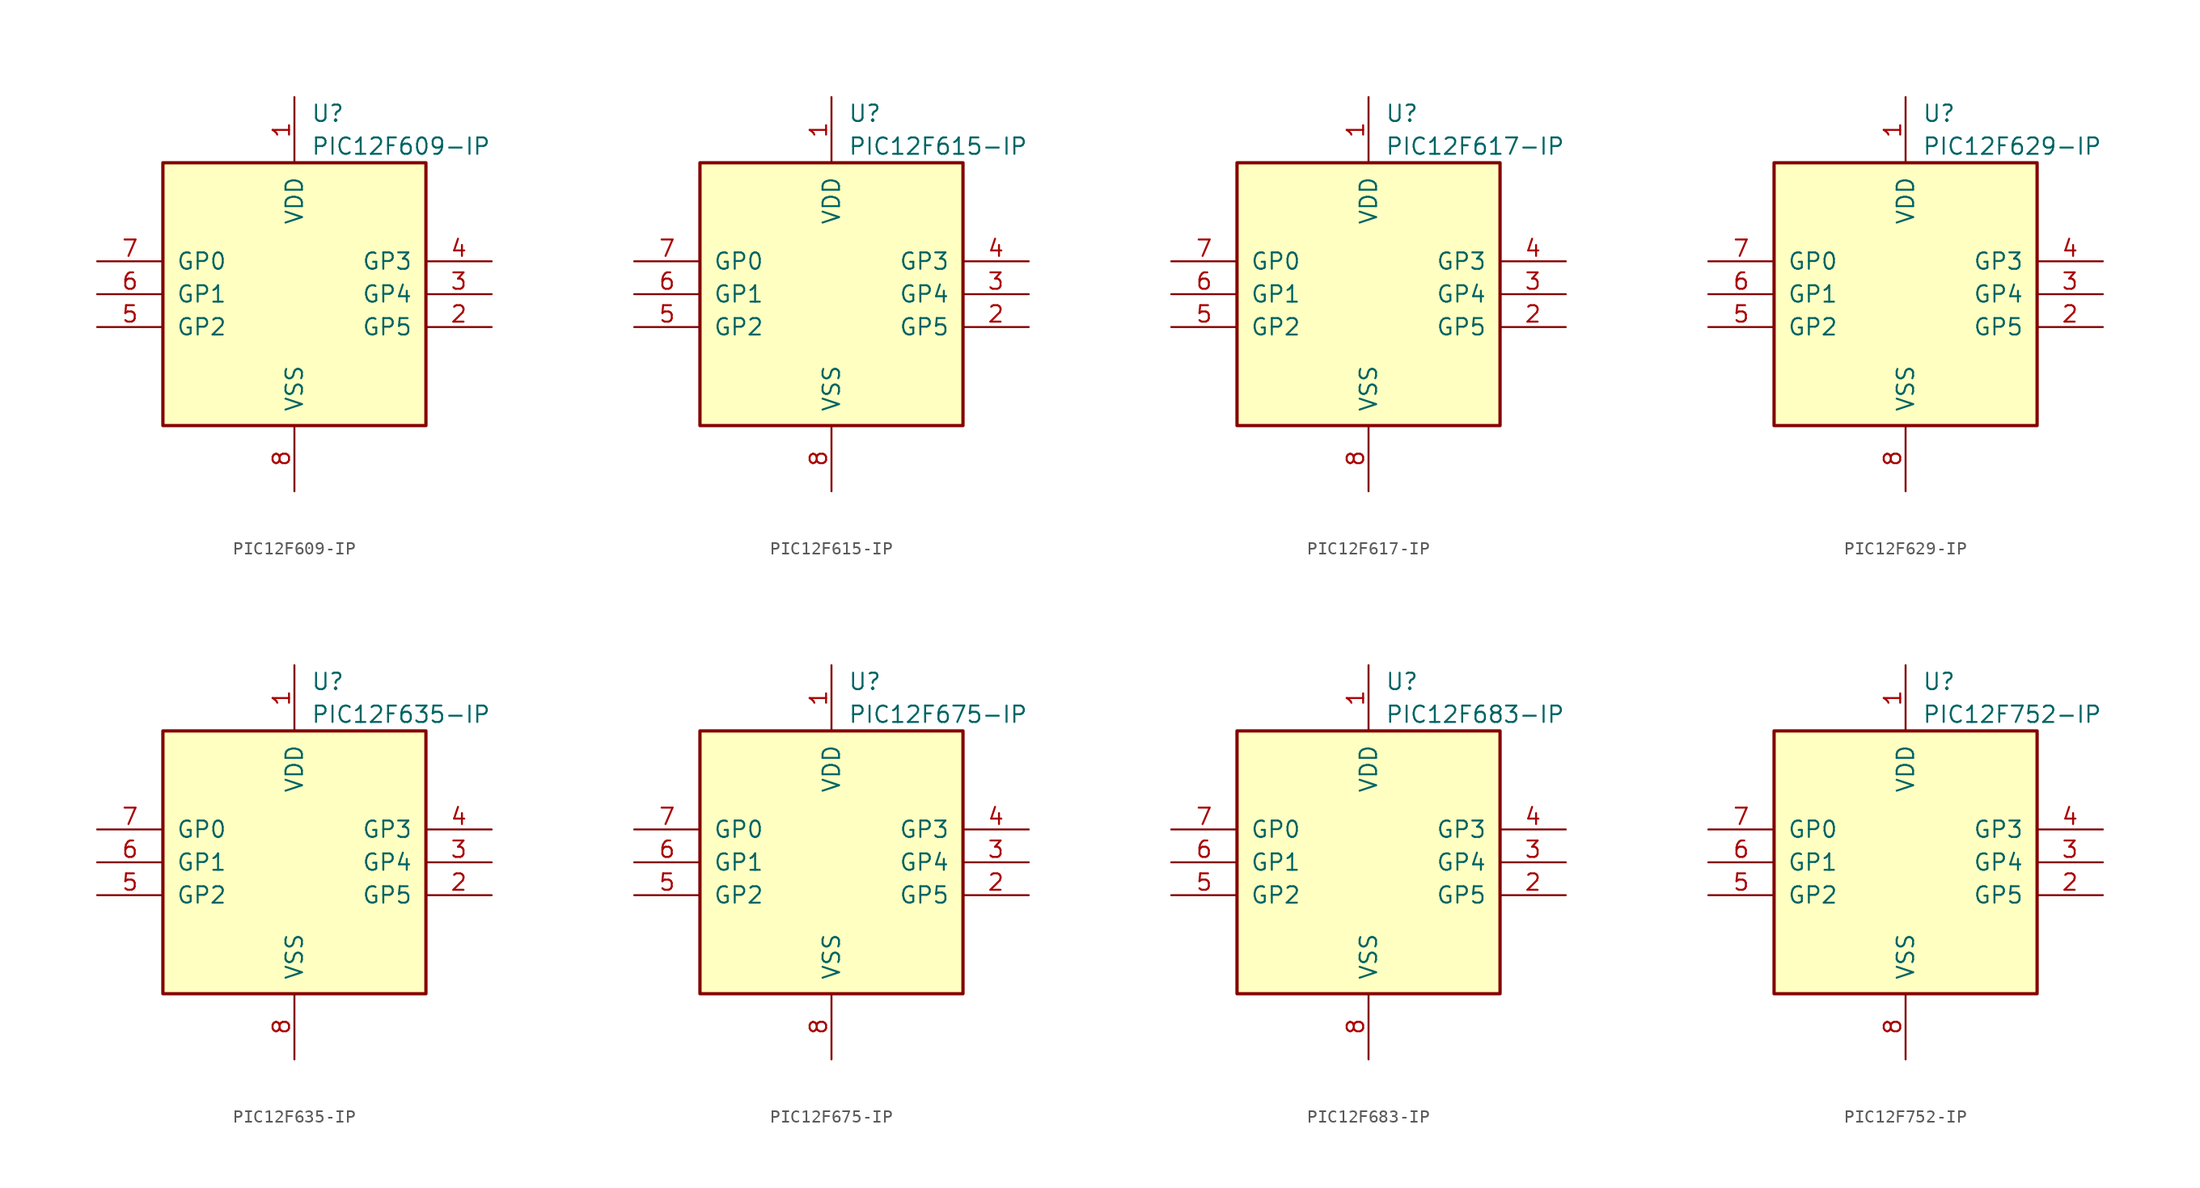
<source format=kicad_sym>
(kicad_symbol_lib
  (version 20220914)
  (generator kicad_symbol_editor)
  (symbol "PIC12F609-IP"
    (pin_names
      (offset 1.016))
    (property "Reference" "U"
      (at 1.27 13.97 0)
      (effects (font (size 1.27 1.27)) (justify left)))
    (property "Value" "PIC12F609-IP"
      (at 1.27 11.43 0)
      (effects (font (size 1.27 1.27)) (justify left)))
    (symbol "PIC12F609-IP_0_1"
      (rectangle (start 10.16 -10.16) (end -10.16 10.16) (stroke (width 0.254) (type default)) (fill (type background))))
    (symbol "PIC12F609-IP_1_1"
      (pin power_in line (at 0 15.24 270) (length 5.08) (name "VDD" (effects (font (size 1.27 1.27)))) (number "1" (effects (font (size 1.27 1.27)))))
      (pin bidirectional line (at 15.24 -2.54 180) (length 5.08) (name "GP5" (effects (font (size 1.27 1.27)))) (number "2" (effects (font (size 1.27 1.27)))))
      (pin bidirectional line (at 15.24 0 180) (length 5.08) (name "GP4" (effects (font (size 1.27 1.27)))) (number "3" (effects (font (size 1.27 1.27)))))
      (pin input line (at 15.24 2.54 180) (length 5.08) (name "GP3" (effects (font (size 1.27 1.27)))) (number "4" (effects (font (size 1.27 1.27)))))
      (pin bidirectional line (at -15.24 -2.54 0) (length 5.08) (name "GP2" (effects (font (size 1.27 1.27)))) (number "5" (effects (font (size 1.27 1.27)))))
      (pin bidirectional line (at -15.24 0 0) (length 5.08) (name "GP1" (effects (font (size 1.27 1.27)))) (number "6" (effects (font (size 1.27 1.27)))))
      (pin bidirectional line (at -15.24 2.54 0) (length 5.08) (name "GP0" (effects (font (size 1.27 1.27)))) (number "7" (effects (font (size 1.27 1.27)))))
      (pin power_in line (at 0 -15.24 90) (length 5.08) (name "VSS" (effects (font (size 1.27 1.27)))) (number "8" (effects (font (size 1.27 1.27)))))))
  (symbol "PIC12F615-IP"
    (pin_names
      (offset 1.016))
    (property "Reference" "U"
      (at 1.27 13.97 0)
      (effects (font (size 1.27 1.27)) (justify left)))
    (property "Value" "PIC12F615-IP"
      (at 1.27 11.43 0)
      (effects (font (size 1.27 1.27)) (justify left)))
    (symbol "PIC12F615-IP_0_1"
      (rectangle (start 10.16 -10.16) (end -10.16 10.16) (stroke (width 0.254) (type default)) (fill (type background))))
    (symbol "PIC12F615-IP_1_1"
      (pin power_in line (at 0 15.24 270) (length 5.08) (name "VDD" (effects (font (size 1.27 1.27)))) (number "1" (effects (font (size 1.27 1.27)))))
      (pin bidirectional line (at 15.24 -2.54 180) (length 5.08) (name "GP5" (effects (font (size 1.27 1.27)))) (number "2" (effects (font (size 1.27 1.27)))))
      (pin bidirectional line (at 15.24 0 180) (length 5.08) (name "GP4" (effects (font (size 1.27 1.27)))) (number "3" (effects (font (size 1.27 1.27)))))
      (pin input line (at 15.24 2.54 180) (length 5.08) (name "GP3" (effects (font (size 1.27 1.27)))) (number "4" (effects (font (size 1.27 1.27)))))
      (pin bidirectional line (at -15.24 -2.54 0) (length 5.08) (name "GP2" (effects (font (size 1.27 1.27)))) (number "5" (effects (font (size 1.27 1.27)))))
      (pin bidirectional line (at -15.24 0 0) (length 5.08) (name "GP1" (effects (font (size 1.27 1.27)))) (number "6" (effects (font (size 1.27 1.27)))))
      (pin bidirectional line (at -15.24 2.54 0) (length 5.08) (name "GP0" (effects (font (size 1.27 1.27)))) (number "7" (effects (font (size 1.27 1.27)))))
      (pin power_in line (at 0 -15.24 90) (length 5.08) (name "VSS" (effects (font (size 1.27 1.27)))) (number "8" (effects (font (size 1.27 1.27)))))))
  (symbol "PIC12F617-IP"
    (pin_names
      (offset 1.016))
    (property "Reference" "U"
      (at 1.27 13.97 0)
      (effects (font (size 1.27 1.27)) (justify left)))
    (property "Value" "PIC12F617-IP"
      (at 1.27 11.43 0)
      (effects (font (size 1.27 1.27)) (justify left)))
    (symbol "PIC12F617-IP_0_1"
      (rectangle (start 10.16 -10.16) (end -10.16 10.16) (stroke (width 0.254) (type default)) (fill (type background))))
    (symbol "PIC12F617-IP_1_1"
      (pin power_in line (at 0 15.24 270) (length 5.08) (name "VDD" (effects (font (size 1.27 1.27)))) (number "1" (effects (font (size 1.27 1.27)))))
      (pin bidirectional line (at 15.24 -2.54 180) (length 5.08) (name "GP5" (effects (font (size 1.27 1.27)))) (number "2" (effects (font (size 1.27 1.27)))))
      (pin bidirectional line (at 15.24 0 180) (length 5.08) (name "GP4" (effects (font (size 1.27 1.27)))) (number "3" (effects (font (size 1.27 1.27)))))
      (pin input line (at 15.24 2.54 180) (length 5.08) (name "GP3" (effects (font (size 1.27 1.27)))) (number "4" (effects (font (size 1.27 1.27)))))
      (pin bidirectional line (at -15.24 -2.54 0) (length 5.08) (name "GP2" (effects (font (size 1.27 1.27)))) (number "5" (effects (font (size 1.27 1.27)))))
      (pin bidirectional line (at -15.24 0 0) (length 5.08) (name "GP1" (effects (font (size 1.27 1.27)))) (number "6" (effects (font (size 1.27 1.27)))))
      (pin bidirectional line (at -15.24 2.54 0) (length 5.08) (name "GP0" (effects (font (size 1.27 1.27)))) (number "7" (effects (font (size 1.27 1.27)))))
      (pin power_in line (at 0 -15.24 90) (length 5.08) (name "VSS" (effects (font (size 1.27 1.27)))) (number "8" (effects (font (size 1.27 1.27)))))))
  (symbol "PIC12F629-IP"
    (pin_names
      (offset 1.016))
    (property "Reference" "U"
      (at 1.27 13.97 0)
      (effects (font (size 1.27 1.27)) (justify left)))
    (property "Value" "PIC12F629-IP"
      (at 1.27 11.43 0)
      (effects (font (size 1.27 1.27)) (justify left)))
    (symbol "PIC12F629-IP_0_1"
      (rectangle (start 10.16 -10.16) (end -10.16 10.16) (stroke (width 0.254) (type default)) (fill (type background))))
    (symbol "PIC12F629-IP_1_1"
      (pin power_in line (at 0 15.24 270) (length 5.08) (name "VDD" (effects (font (size 1.27 1.27)))) (number "1" (effects (font (size 1.27 1.27)))))
      (pin bidirectional line (at 15.24 -2.54 180) (length 5.08) (name "GP5" (effects (font (size 1.27 1.27)))) (number "2" (effects (font (size 1.27 1.27)))))
      (pin bidirectional line (at 15.24 0 180) (length 5.08) (name "GP4" (effects (font (size 1.27 1.27)))) (number "3" (effects (font (size 1.27 1.27)))))
      (pin input line (at 15.24 2.54 180) (length 5.08) (name "GP3" (effects (font (size 1.27 1.27)))) (number "4" (effects (font (size 1.27 1.27)))))
      (pin bidirectional line (at -15.24 -2.54 0) (length 5.08) (name "GP2" (effects (font (size 1.27 1.27)))) (number "5" (effects (font (size 1.27 1.27)))))
      (pin bidirectional line (at -15.24 0 0) (length 5.08) (name "GP1" (effects (font (size 1.27 1.27)))) (number "6" (effects (font (size 1.27 1.27)))))
      (pin bidirectional line (at -15.24 2.54 0) (length 5.08) (name "GP0" (effects (font (size 1.27 1.27)))) (number "7" (effects (font (size 1.27 1.27)))))
      (pin power_in line (at 0 -15.24 90) (length 5.08) (name "VSS" (effects (font (size 1.27 1.27)))) (number "8" (effects (font (size 1.27 1.27)))))))
  (symbol "PIC12F635-IP"
    (pin_names
      (offset 1.016))
    (property "Reference" "U"
      (at 1.27 13.97 0)
      (effects (font (size 1.27 1.27)) (justify left)))
    (property "Value" "PIC12F635-IP"
      (at 1.27 11.43 0)
      (effects (font (size 1.27 1.27)) (justify left)))
    (symbol "PIC12F635-IP_0_1"
      (rectangle (start 10.16 -10.16) (end -10.16 10.16) (stroke (width 0.254) (type default)) (fill (type background))))
    (symbol "PIC12F635-IP_1_1"
      (pin power_in line (at 0 15.24 270) (length 5.08) (name "VDD" (effects (font (size 1.27 1.27)))) (number "1" (effects (font (size 1.27 1.27)))))
      (pin bidirectional line (at 15.24 -2.54 180) (length 5.08) (name "GP5" (effects (font (size 1.27 1.27)))) (number "2" (effects (font (size 1.27 1.27)))))
      (pin bidirectional line (at 15.24 0 180) (length 5.08) (name "GP4" (effects (font (size 1.27 1.27)))) (number "3" (effects (font (size 1.27 1.27)))))
      (pin input line (at 15.24 2.54 180) (length 5.08) (name "GP3" (effects (font (size 1.27 1.27)))) (number "4" (effects (font (size 1.27 1.27)))))
      (pin bidirectional line (at -15.24 -2.54 0) (length 5.08) (name "GP2" (effects (font (size 1.27 1.27)))) (number "5" (effects (font (size 1.27 1.27)))))
      (pin bidirectional line (at -15.24 0 0) (length 5.08) (name "GP1" (effects (font (size 1.27 1.27)))) (number "6" (effects (font (size 1.27 1.27)))))
      (pin bidirectional line (at -15.24 2.54 0) (length 5.08) (name "GP0" (effects (font (size 1.27 1.27)))) (number "7" (effects (font (size 1.27 1.27)))))
      (pin power_in line (at 0 -15.24 90) (length 5.08) (name "VSS" (effects (font (size 1.27 1.27)))) (number "8" (effects (font (size 1.27 1.27)))))))
  (symbol "PIC12F675-IP"
    (pin_names
      (offset 1.016))
    (property "Reference" "U"
      (at 1.27 13.97 0)
      (effects (font (size 1.27 1.27)) (justify left)))
    (property "Value" "PIC12F675-IP"
      (at 1.27 11.43 0)
      (effects (font (size 1.27 1.27)) (justify left)))
    (symbol "PIC12F675-IP_0_1"
      (rectangle (start 10.16 -10.16) (end -10.16 10.16) (stroke (width 0.254) (type default)) (fill (type background))))
    (symbol "PIC12F675-IP_1_1"
      (pin power_in line (at 0 15.24 270) (length 5.08) (name "VDD" (effects (font (size 1.27 1.27)))) (number "1" (effects (font (size 1.27 1.27)))))
      (pin bidirectional line (at 15.24 -2.54 180) (length 5.08) (name "GP5" (effects (font (size 1.27 1.27)))) (number "2" (effects (font (size 1.27 1.27)))))
      (pin bidirectional line (at 15.24 0 180) (length 5.08) (name "GP4" (effects (font (size 1.27 1.27)))) (number "3" (effects (font (size 1.27 1.27)))))
      (pin input line (at 15.24 2.54 180) (length 5.08) (name "GP3" (effects (font (size 1.27 1.27)))) (number "4" (effects (font (size 1.27 1.27)))))
      (pin bidirectional line (at -15.24 -2.54 0) (length 5.08) (name "GP2" (effects (font (size 1.27 1.27)))) (number "5" (effects (font (size 1.27 1.27)))))
      (pin bidirectional line (at -15.24 0 0) (length 5.08) (name "GP1" (effects (font (size 1.27 1.27)))) (number "6" (effects (font (size 1.27 1.27)))))
      (pin bidirectional line (at -15.24 2.54 0) (length 5.08) (name "GP0" (effects (font (size 1.27 1.27)))) (number "7" (effects (font (size 1.27 1.27)))))
      (pin power_in line (at 0 -15.24 90) (length 5.08) (name "VSS" (effects (font (size 1.27 1.27)))) (number "8" (effects (font (size 1.27 1.27)))))))
  (symbol "PIC12F683-IP"
    (pin_names
      (offset 1.016))
    (property "Reference" "U"
      (at 1.27 13.97 0)
      (effects (font (size 1.27 1.27)) (justify left)))
    (property "Value" "PIC12F683-IP"
      (at 1.27 11.43 0)
      (effects (font (size 1.27 1.27)) (justify left)))
    (symbol "PIC12F683-IP_0_1"
      (rectangle (start 10.16 -10.16) (end -10.16 10.16) (stroke (width 0.254) (type default)) (fill (type background))))
    (symbol "PIC12F683-IP_1_1"
      (pin power_in line (at 0 15.24 270) (length 5.08) (name "VDD" (effects (font (size 1.27 1.27)))) (number "1" (effects (font (size 1.27 1.27)))))
      (pin bidirectional line (at 15.24 -2.54 180) (length 5.08) (name "GP5" (effects (font (size 1.27 1.27)))) (number "2" (effects (font (size 1.27 1.27)))))
      (pin bidirectional line (at 15.24 0 180) (length 5.08) (name "GP4" (effects (font (size 1.27 1.27)))) (number "3" (effects (font (size 1.27 1.27)))))
      (pin input line (at 15.24 2.54 180) (length 5.08) (name "GP3" (effects (font (size 1.27 1.27)))) (number "4" (effects (font (size 1.27 1.27)))))
      (pin bidirectional line (at -15.24 -2.54 0) (length 5.08) (name "GP2" (effects (font (size 1.27 1.27)))) (number "5" (effects (font (size 1.27 1.27)))))
      (pin bidirectional line (at -15.24 0 0) (length 5.08) (name "GP1" (effects (font (size 1.27 1.27)))) (number "6" (effects (font (size 1.27 1.27)))))
      (pin bidirectional line (at -15.24 2.54 0) (length 5.08) (name "GP0" (effects (font (size 1.27 1.27)))) (number "7" (effects (font (size 1.27 1.27)))))
      (pin power_in line (at 0 -15.24 90) (length 5.08) (name "VSS" (effects (font (size 1.27 1.27)))) (number "8" (effects (font (size 1.27 1.27)))))))
  (symbol "PIC12F752-IP"
    (pin_names
      (offset 1.016))
    (property "Reference" "U"
      (at 1.27 13.97 0)
      (effects (font (size 1.27 1.27)) (justify left)))
    (property "Value" "PIC12F752-IP"
      (at 1.27 11.43 0)
      (effects (font (size 1.27 1.27)) (justify left)))
    (symbol "PIC12F752-IP_0_1"
      (rectangle (start 10.16 -10.16) (end -10.16 10.16) (stroke (width 0.254) (type default)) (fill (type background))))
    (symbol "PIC12F752-IP_1_1"
      (pin power_in line (at 0 15.24 270) (length 5.08) (name "VDD" (effects (font (size 1.27 1.27)))) (number "1" (effects (font (size 1.27 1.27)))))
      (pin bidirectional line (at 15.24 -2.54 180) (length 5.08) (name "GP5" (effects (font (size 1.27 1.27)))) (number "2" (effects (font (size 1.27 1.27)))))
      (pin bidirectional line (at 15.24 0 180) (length 5.08) (name "GP4" (effects (font (size 1.27 1.27)))) (number "3" (effects (font (size 1.27 1.27)))))
      (pin input line (at 15.24 2.54 180) (length 5.08) (name "GP3" (effects (font (size 1.27 1.27)))) (number "4" (effects (font (size 1.27 1.27)))))
      (pin bidirectional line (at -15.24 -2.54 0) (length 5.08) (name "GP2" (effects (font (size 1.27 1.27)))) (number "5" (effects (font (size 1.27 1.27)))))
      (pin bidirectional line (at -15.24 0 0) (length 5.08) (name "GP1" (effects (font (size 1.27 1.27)))) (number "6" (effects (font (size 1.27 1.27)))))
      (pin bidirectional line (at -15.24 2.54 0) (length 5.08) (name "GP0" (effects (font (size 1.27 1.27)))) (number "7" (effects (font (size 1.27 1.27)))))
      (pin power_in line (at 0 -15.24 90) (length 5.08) (name "VSS" (effects (font (size 1.27 1.27)))) (number "8" (effects (font (size 1.27 1.27))))))))
</source>
